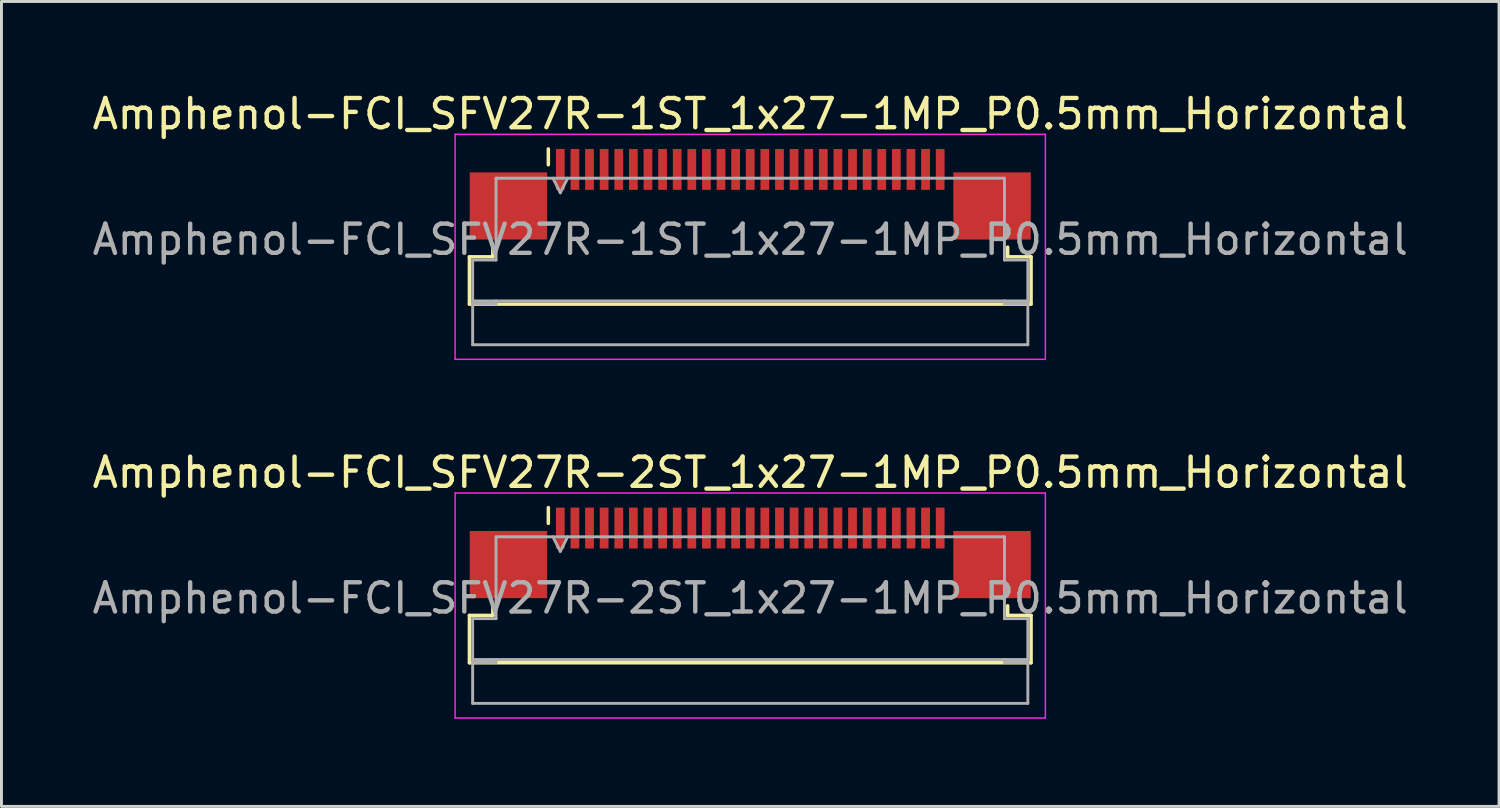
<source format=kicad_pcb>
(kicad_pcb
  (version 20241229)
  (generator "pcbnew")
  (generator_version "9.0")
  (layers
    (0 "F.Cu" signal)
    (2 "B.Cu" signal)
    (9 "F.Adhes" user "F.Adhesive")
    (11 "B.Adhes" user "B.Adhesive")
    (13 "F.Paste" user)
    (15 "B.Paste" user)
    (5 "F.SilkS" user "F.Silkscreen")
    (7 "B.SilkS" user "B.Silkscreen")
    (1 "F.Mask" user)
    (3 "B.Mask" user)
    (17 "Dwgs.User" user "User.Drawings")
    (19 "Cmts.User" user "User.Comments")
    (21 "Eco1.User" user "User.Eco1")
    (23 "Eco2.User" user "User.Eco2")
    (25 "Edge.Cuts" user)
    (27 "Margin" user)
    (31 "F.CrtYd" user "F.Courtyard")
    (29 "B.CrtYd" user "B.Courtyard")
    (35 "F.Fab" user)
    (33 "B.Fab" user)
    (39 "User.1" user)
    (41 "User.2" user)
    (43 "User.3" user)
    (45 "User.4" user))
  (footprint "Amphenol-FCI_SFV27R-1ST_1x27-1MP_P0.5mm_Horizontal"
    (layer "F.Cu")
    (at 22.625 4.748)
    (property "Reference" "Amphenol-FCI_SFV27R-1ST_1x27-1MP_P0.5mm_Horizontal" (at 0 -3.9 0) (layer "F.SilkS") (effects (font (size 1 1) (thickness 0.15))))
    (attr smd)
    (fp_line (start -9.61 0.99) (end -8.81 0.99) (stroke (width 0.12) (type solid)) (layer "F.SilkS"))
    (fp_line (start -9.61 2.61) (end -9.61 0.99) (stroke (width 0.12) (type solid)) (layer "F.SilkS"))
    (fp_line (start -8.81 0.99) (end -8.81 0.66) (stroke (width 0.12) (type solid)) (layer "F.SilkS"))
    (fp_line (start -6.91 -2.16) (end -6.91 -2.7) (stroke (width 0.12) (type solid)) (layer "F.SilkS"))
    (fp_line (start 8.81 0.66) (end 8.81 0.99) (stroke (width 0.12) (type solid)) (layer "F.SilkS"))
    (fp_line (start 8.81 0.99) (end 9.61 0.99) (stroke (width 0.12) (type solid)) (layer "F.SilkS"))
    (fp_line (start 9.61 0.99) (end 9.61 2.61) (stroke (width 0.12) (type solid)) (layer "F.SilkS"))
    (fp_line (start 9.61 2.61) (end -9.61 2.61) (stroke (width 0.12) (type solid)) (layer "F.SilkS"))
    (fp_line (start -10.1 -3.2) (end -10.1 4.5) (stroke (width 0.05) (type solid)) (layer "F.CrtYd"))
    (fp_line (start -10.1 4.5) (end 10.1 4.5) (stroke (width 0.05) (type solid)) (layer "F.CrtYd"))
    (fp_line (start 10.1 -3.2) (end -10.1 -3.2) (stroke (width 0.05) (type solid)) (layer "F.CrtYd"))
    (fp_line (start 10.1 4.5) (end 10.1 -3.2) (stroke (width 0.05) (type solid)) (layer "F.CrtYd"))
    (fp_line (start -9.5 1.1) (end -8.7 1.1) (stroke (width 0.1) (type solid)) (layer "F.Fab"))
    (fp_line (start -9.5 2.5) (end -9.5 1.1) (stroke (width 0.1) (type solid)) (layer "F.Fab"))
    (fp_line (start -9.5 2.6) (end -8.7 2.6) (stroke (width 0.1) (type solid)) (layer "F.Fab"))
    (fp_line (start -9.5 4) (end -9.5 2.6) (stroke (width 0.1) (type solid)) (layer "F.Fab"))
    (fp_line (start -8.7 -1.7) (end 8.7 -1.7) (stroke (width 0.1) (type solid)) (layer "F.Fab"))
    (fp_line (start -8.7 1.1) (end -8.7 -1.7) (stroke (width 0.1) (type solid)) (layer "F.Fab"))
    (fp_line (start -8.7 2.6) (end -8.7 2.5) (stroke (width 0.1) (type solid)) (layer "F.Fab"))
    (fp_line (start -6.75 -1.7) (end -6.5 -1.2) (stroke (width 0.1) (type solid)) (layer "F.Fab"))
    (fp_line (start -6.5 -1.2) (end -6.25 -1.7) (stroke (width 0.1) (type solid)) (layer "F.Fab"))
    (fp_line (start 8.7 -1.7) (end 8.7 1.1) (stroke (width 0.1) (type solid)) (layer "F.Fab"))
    (fp_line (start 8.7 1.1) (end 9.5 1.1) (stroke (width 0.1) (type solid)) (layer "F.Fab"))
    (fp_line (start 8.7 2.5) (end 8.7 2.6) (stroke (width 0.1) (type solid)) (layer "F.Fab"))
    (fp_line (start 8.7 2.6) (end 9.5 2.6) (stroke (width 0.1) (type solid)) (layer "F.Fab"))
    (fp_line (start 9.5 1.1) (end 9.5 2.5) (stroke (width 0.1) (type solid)) (layer "F.Fab"))
    (fp_line (start 9.5 2.5) (end -9.5 2.5) (stroke (width 0.1) (type solid)) (layer "F.Fab"))
    (fp_line (start 9.5 2.6) (end 9.5 4) (stroke (width 0.1) (type solid)) (layer "F.Fab"))
    (fp_line (start 9.5 4) (end -9.5 4) (stroke (width 0.1) (type solid)) (layer "F.Fab"))
    (fp_text user "${REFERENCE}" (at 0 0.4 0) (layer "F.Fab") (effects (font (size 1 1) (thickness 0.15))))
    (pad "1" smd rect (at -6.5 -2) (size 0.3 1.4) (layers "F.Cu" "F.Mask" "F.Paste"))
    (pad "2" smd rect (at -6 -2) (size 0.3 1.4) (layers "F.Cu" "F.Mask" "F.Paste"))
    (pad "3" smd rect (at -5.5 -2) (size 0.3 1.4) (layers "F.Cu" "F.Mask" "F.Paste"))
    (pad "4" smd rect (at -5 -2) (size 0.3 1.4) (layers "F.Cu" "F.Mask" "F.Paste"))
    (pad "5" smd rect (at -4.5 -2) (size 0.3 1.4) (layers "F.Cu" "F.Mask" "F.Paste"))
    (pad "6" smd rect (at -4 -2) (size 0.3 1.4) (layers "F.Cu" "F.Mask" "F.Paste"))
    (pad "7" smd rect (at -3.5 -2) (size 0.3 1.4) (layers "F.Cu" "F.Mask" "F.Paste"))
    (pad "8" smd rect (at -3 -2) (size 0.3 1.4) (layers "F.Cu" "F.Mask" "F.Paste"))
    (pad "9" smd rect (at -2.5 -2) (size 0.3 1.4) (layers "F.Cu" "F.Mask" "F.Paste"))
    (pad "10" smd rect (at -2 -2) (size 0.3 1.4) (layers "F.Cu" "F.Mask" "F.Paste"))
    (pad "11" smd rect (at -1.5 -2) (size 0.3 1.4) (layers "F.Cu" "F.Mask" "F.Paste"))
    (pad "12" smd rect (at -1 -2) (size 0.3 1.4) (layers "F.Cu" "F.Mask" "F.Paste"))
    (pad "13" smd rect (at -0.5 -2) (size 0.3 1.4) (layers "F.Cu" "F.Mask" "F.Paste"))
    (pad "14" smd rect (at 0 -2) (size 0.3 1.4) (layers "F.Cu" "F.Mask" "F.Paste"))
    (pad "15" smd rect (at 0.5 -2) (size 0.3 1.4) (layers "F.Cu" "F.Mask" "F.Paste"))
    (pad "16" smd rect (at 1 -2) (size 0.3 1.4) (layers "F.Cu" "F.Mask" "F.Paste"))
    (pad "17" smd rect (at 1.5 -2) (size 0.3 1.4) (layers "F.Cu" "F.Mask" "F.Paste"))
    (pad "18" smd rect (at 2 -2) (size 0.3 1.4) (layers "F.Cu" "F.Mask" "F.Paste"))
    (pad "19" smd rect (at 2.5 -2) (size 0.3 1.4) (layers "F.Cu" "F.Mask" "F.Paste"))
    (pad "20" smd rect (at 3 -2) (size 0.3 1.4) (layers "F.Cu" "F.Mask" "F.Paste"))
    (pad "21" smd rect (at 3.5 -2) (size 0.3 1.4) (layers "F.Cu" "F.Mask" "F.Paste"))
    (pad "22" smd rect (at 4 -2) (size 0.3 1.4) (layers "F.Cu" "F.Mask" "F.Paste"))
    (pad "23" smd rect (at 4.5 -2) (size 0.3 1.4) (layers "F.Cu" "F.Mask" "F.Paste"))
    (pad "24" smd rect (at 5 -2) (size 0.3 1.4) (layers "F.Cu" "F.Mask" "F.Paste"))
    (pad "25" smd rect (at 5.5 -2) (size 0.3 1.4) (layers "F.Cu" "F.Mask" "F.Paste"))
    (pad "26" smd rect (at 6 -2) (size 0.3 1.4) (layers "F.Cu" "F.Mask" "F.Paste"))
    (pad "27" smd rect (at 6.5 -2) (size 0.3 1.4) (layers "F.Cu" "F.Mask" "F.Paste"))
    (pad "MP" smd rect (at -8.275 -0.75) (size 2.65 2.3) (layers "F.Cu" "F.Mask" "F.Paste"))
    (pad "MP" smd rect (at 8.275 -0.75) (size 2.65 2.3) (layers "F.Cu" "F.Mask" "F.Paste")))
  (footprint "Amphenol-FCI_SFV27R-2ST_1x27-1MP_P0.5mm_Horizontal"
    (layer "F.Cu")
    (at 22.625 17.021)
    (property "Reference" "Amphenol-FCI_SFV27R-2ST_1x27-1MP_P0.5mm_Horizontal" (at 0 -3.9 0) (layer "F.SilkS") (effects (font (size 1 1) (thickness 0.15))))
    (attr smd)
    (fp_line (start -9.61 0.99) (end -8.81 0.99) (stroke (width 0.12) (type solid)) (layer "F.SilkS"))
    (fp_line (start -9.61 2.61) (end -9.61 0.99) (stroke (width 0.12) (type solid)) (layer "F.SilkS"))
    (fp_line (start -8.81 0.99) (end -8.81 0.66) (stroke (width 0.12) (type solid)) (layer "F.SilkS"))
    (fp_line (start -6.91 -2.16) (end -6.91 -2.7) (stroke (width 0.12) (type solid)) (layer "F.SilkS"))
    (fp_line (start 8.81 0.66) (end 8.81 0.99) (stroke (width 0.12) (type solid)) (layer "F.SilkS"))
    (fp_line (start 8.81 0.99) (end 9.61 0.99) (stroke (width 0.12) (type solid)) (layer "F.SilkS"))
    (fp_line (start 9.61 0.99) (end 9.61 2.61) (stroke (width 0.12) (type solid)) (layer "F.SilkS"))
    (fp_line (start 9.61 2.61) (end -9.61 2.61) (stroke (width 0.12) (type solid)) (layer "F.SilkS"))
    (fp_line (start -10.1 -3.2) (end -10.1 4.5) (stroke (width 0.05) (type solid)) (layer "F.CrtYd"))
    (fp_line (start -10.1 4.5) (end 10.1 4.5) (stroke (width 0.05) (type solid)) (layer "F.CrtYd"))
    (fp_line (start 10.1 -3.2) (end -10.1 -3.2) (stroke (width 0.05) (type solid)) (layer "F.CrtYd"))
    (fp_line (start 10.1 4.5) (end 10.1 -3.2) (stroke (width 0.05) (type solid)) (layer "F.CrtYd"))
    (fp_line (start -9.5 1.1) (end -8.7 1.1) (stroke (width 0.1) (type solid)) (layer "F.Fab"))
    (fp_line (start -9.5 2.5) (end -9.5 1.1) (stroke (width 0.1) (type solid)) (layer "F.Fab"))
    (fp_line (start -9.5 2.6) (end -8.7 2.6) (stroke (width 0.1) (type solid)) (layer "F.Fab"))
    (fp_line (start -9.5 4) (end -9.5 2.6) (stroke (width 0.1) (type solid)) (layer "F.Fab"))
    (fp_line (start -8.7 -1.7) (end 8.7 -1.7) (stroke (width 0.1) (type solid)) (layer "F.Fab"))
    (fp_line (start -8.7 1.1) (end -8.7 -1.7) (stroke (width 0.1) (type solid)) (layer "F.Fab"))
    (fp_line (start -8.7 2.6) (end -8.7 2.5) (stroke (width 0.1) (type solid)) (layer "F.Fab"))
    (fp_line (start -6.75 -1.7) (end -6.5 -1.2) (stroke (width 0.1) (type solid)) (layer "F.Fab"))
    (fp_line (start -6.5 -1.2) (end -6.25 -1.7) (stroke (width 0.1) (type solid)) (layer "F.Fab"))
    (fp_line (start 8.7 -1.7) (end 8.7 1.1) (stroke (width 0.1) (type solid)) (layer "F.Fab"))
    (fp_line (start 8.7 1.1) (end 9.5 1.1) (stroke (width 0.1) (type solid)) (layer "F.Fab"))
    (fp_line (start 8.7 2.5) (end 8.7 2.6) (stroke (width 0.1) (type solid)) (layer "F.Fab"))
    (fp_line (start 8.7 2.6) (end 9.5 2.6) (stroke (width 0.1) (type solid)) (layer "F.Fab"))
    (fp_line (start 9.5 1.1) (end 9.5 2.5) (stroke (width 0.1) (type solid)) (layer "F.Fab"))
    (fp_line (start 9.5 2.5) (end -9.5 2.5) (stroke (width 0.1) (type solid)) (layer "F.Fab"))
    (fp_line (start 9.5 2.6) (end 9.5 4) (stroke (width 0.1) (type solid)) (layer "F.Fab"))
    (fp_line (start 9.5 4) (end -9.5 4) (stroke (width 0.1) (type solid)) (layer "F.Fab"))
    (fp_text user "${REFERENCE}" (at 0 0.4 0) (layer "F.Fab") (effects (font (size 1 1) (thickness 0.15))))
    (pad "1" smd rect (at -6.5 -2) (size 0.3 1.4) (layers "F.Cu" "F.Mask" "F.Paste"))
    (pad "2" smd rect (at -6 -2) (size 0.3 1.4) (layers "F.Cu" "F.Mask" "F.Paste"))
    (pad "3" smd rect (at -5.5 -2) (size 0.3 1.4) (layers "F.Cu" "F.Mask" "F.Paste"))
    (pad "4" smd rect (at -5 -2) (size 0.3 1.4) (layers "F.Cu" "F.Mask" "F.Paste"))
    (pad "5" smd rect (at -4.5 -2) (size 0.3 1.4) (layers "F.Cu" "F.Mask" "F.Paste"))
    (pad "6" smd rect (at -4 -2) (size 0.3 1.4) (layers "F.Cu" "F.Mask" "F.Paste"))
    (pad "7" smd rect (at -3.5 -2) (size 0.3 1.4) (layers "F.Cu" "F.Mask" "F.Paste"))
    (pad "8" smd rect (at -3 -2) (size 0.3 1.4) (layers "F.Cu" "F.Mask" "F.Paste"))
    (pad "9" smd rect (at -2.5 -2) (size 0.3 1.4) (layers "F.Cu" "F.Mask" "F.Paste"))
    (pad "10" smd rect (at -2 -2) (size 0.3 1.4) (layers "F.Cu" "F.Mask" "F.Paste"))
    (pad "11" smd rect (at -1.5 -2) (size 0.3 1.4) (layers "F.Cu" "F.Mask" "F.Paste"))
    (pad "12" smd rect (at -1 -2) (size 0.3 1.4) (layers "F.Cu" "F.Mask" "F.Paste"))
    (pad "13" smd rect (at -0.5 -2) (size 0.3 1.4) (layers "F.Cu" "F.Mask" "F.Paste"))
    (pad "14" smd rect (at 0 -2) (size 0.3 1.4) (layers "F.Cu" "F.Mask" "F.Paste"))
    (pad "15" smd rect (at 0.5 -2) (size 0.3 1.4) (layers "F.Cu" "F.Mask" "F.Paste"))
    (pad "16" smd rect (at 1 -2) (size 0.3 1.4) (layers "F.Cu" "F.Mask" "F.Paste"))
    (pad "17" smd rect (at 1.5 -2) (size 0.3 1.4) (layers "F.Cu" "F.Mask" "F.Paste"))
    (pad "18" smd rect (at 2 -2) (size 0.3 1.4) (layers "F.Cu" "F.Mask" "F.Paste"))
    (pad "19" smd rect (at 2.5 -2) (size 0.3 1.4) (layers "F.Cu" "F.Mask" "F.Paste"))
    (pad "20" smd rect (at 3 -2) (size 0.3 1.4) (layers "F.Cu" "F.Mask" "F.Paste"))
    (pad "21" smd rect (at 3.5 -2) (size 0.3 1.4) (layers "F.Cu" "F.Mask" "F.Paste"))
    (pad "22" smd rect (at 4 -2) (size 0.3 1.4) (layers "F.Cu" "F.Mask" "F.Paste"))
    (pad "23" smd rect (at 4.5 -2) (size 0.3 1.4) (layers "F.Cu" "F.Mask" "F.Paste"))
    (pad "24" smd rect (at 5 -2) (size 0.3 1.4) (layers "F.Cu" "F.Mask" "F.Paste"))
    (pad "25" smd rect (at 5.5 -2) (size 0.3 1.4) (layers "F.Cu" "F.Mask" "F.Paste"))
    (pad "26" smd rect (at 6 -2) (size 0.3 1.4) (layers "F.Cu" "F.Mask" "F.Paste"))
    (pad "27" smd rect (at 6.5 -2) (size 0.3 1.4) (layers "F.Cu" "F.Mask" "F.Paste"))
    (pad "MP" smd rect (at -8.275 -0.75) (size 2.65 2.3) (layers "F.Cu" "F.Mask" "F.Paste"))
    (pad "MP" smd rect (at 8.275 -0.75) (size 2.65 2.3) (layers "F.Cu" "F.Mask" "F.Paste")))
  (gr_rect
    (start -3 -3)
    (end 48.25 24.547)
    (stroke (width 0.1) (type default))
    (fill no)
    (layer "Edge.Cuts")))
</source>
